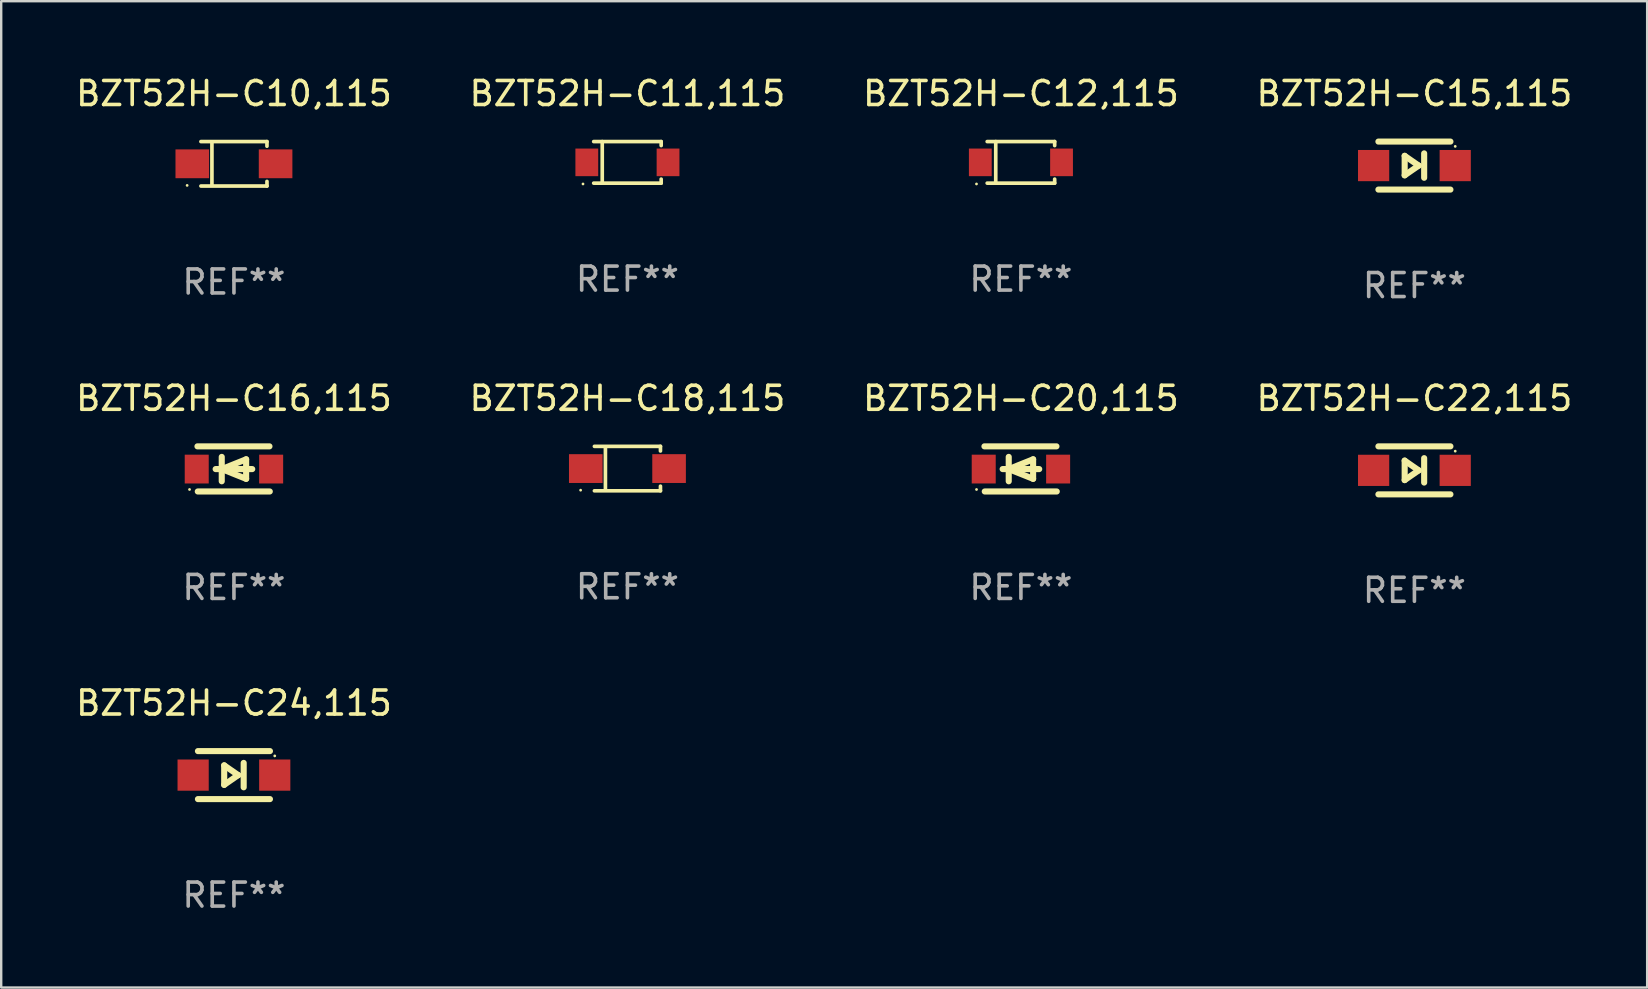
<source format=kicad_pcb>
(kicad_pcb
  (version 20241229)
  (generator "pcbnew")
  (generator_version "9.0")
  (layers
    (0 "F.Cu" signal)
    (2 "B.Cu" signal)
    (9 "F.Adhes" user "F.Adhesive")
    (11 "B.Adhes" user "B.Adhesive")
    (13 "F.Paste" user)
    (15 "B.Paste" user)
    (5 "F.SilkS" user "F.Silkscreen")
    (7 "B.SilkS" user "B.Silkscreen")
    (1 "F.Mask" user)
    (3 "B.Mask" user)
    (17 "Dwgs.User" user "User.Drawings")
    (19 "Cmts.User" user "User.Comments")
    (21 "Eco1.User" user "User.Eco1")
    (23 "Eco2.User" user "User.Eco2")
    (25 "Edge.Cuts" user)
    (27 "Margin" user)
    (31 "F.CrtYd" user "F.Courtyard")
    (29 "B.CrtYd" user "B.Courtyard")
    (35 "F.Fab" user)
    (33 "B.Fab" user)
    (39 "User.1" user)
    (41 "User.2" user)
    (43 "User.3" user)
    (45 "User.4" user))
  (footprint "BZT52H-C18,115"
    (layer "F.Cu")
    (at 23.089 16.471)
    (property "Reference" "BZT52H-C18,115" (at 0 -2.926 0) (layer "F.SilkS") (effects (font (size 1 1) (thickness 0.15))))
    (attr through_hole)
    (fp_line (start -1.376 -0.926) (end 1.376 -0.926) (stroke (width 0.152) (type solid)) (layer "F.SilkS"))
    (fp_line (start -1.376 0.926) (end 1.376 0.926) (stroke (width 0.152) (type solid)) (layer "F.SilkS"))
    (fp_line (start -0.917 -0.876) (end -0.917 0.876) (stroke (width 0.152) (type solid)) (layer "F.SilkS"))
    (fp_line (start 1.376 -0.926) (end 1.376 -0.733) (stroke (width 0.152) (type solid)) (layer "F.SilkS"))
    (fp_line (start 1.376 0.926) (end 1.376 0.733) (stroke (width 0.152) (type solid)) (layer "F.SilkS"))
    (fp_circle (center -1.95 0.9) (end -1.92 0.9) (stroke (width 0.06) (type solid)) (fill no) (layer "F.SilkS"))
    (fp_text user "REF**" (at 0 4.926 0) (layer "F.Fab") (effects (font (size 1 1) (thickness 0.15))))
    (pad "1" smd rect (at -1.735 0) (size 1.4 1.2) (layers "F.Cu" "F.Mask" "F.Paste"))
    (pad "2" smd rect (at 1.735 0) (size 1.4 1.2) (layers "F.Cu" "F.Mask" "F.Paste")))
  (footprint "BZT52H-C16,115"
    (layer "F.Cu")
    (at 6.696 16.485)
    (property "Reference" "BZT52H-C16,115" (at 0 -2.94 0) (layer "F.SilkS") (effects (font (size 1 1) (thickness 0.15))))
    (attr through_hole)
    (fp_line (start -1.52 -0.94) (end 1.48 -0.94) (stroke (width 0.254) (type solid)) (layer "F.SilkS"))
    (fp_line (start -1.507 0.94) (end 1.493 0.94) (stroke (width 0.254) (type solid)) (layer "F.SilkS"))
    (fp_line (start -0.762 0.007) (end 0.762 0.007) (stroke (width 0.254) (type solid)) (layer "F.SilkS"))
    (fp_line (start -0.508 -0.501) (end -0.508 0.515) (stroke (width 0.254) (type solid)) (layer "F.SilkS"))
    (fp_line (start -0.508 0.007) (end 0.508 -0.4) (stroke (width 0.254) (type solid)) (layer "F.SilkS"))
    (fp_line (start 0.508 -0.4) (end 0.508 0.413) (stroke (width 0.254) (type solid)) (layer "F.SilkS"))
    (fp_line (start 0.508 0.413) (end -0.508 0.007) (stroke (width 0.254) (type solid)) (layer "F.SilkS"))
    (fp_circle (center -1.85 0.857) (end -1.82 0.857) (stroke (width 0.06) (type solid)) (fill no) (layer "F.SilkS"))
    (fp_text user "REF**" (at 0 4.94 0) (layer "F.Fab") (effects (font (size 1 1) (thickness 0.15))))
    (pad "1" smd rect (at -1.55 0.007) (size 1 1.2) (layers "F.Cu" "F.Mask" "F.Paste"))
    (pad "2" smd rect (at 1.55 0.007) (size 1 1.2) (layers "F.Cu" "F.Mask" "F.Paste")))
  (footprint "BZT52H-C10,115"
    (layer "F.Cu")
    (at 6.696 3.774)
    (property "Reference" "BZT52H-C10,115" (at 0 -2.926 0) (layer "F.SilkS") (effects (font (size 1 1) (thickness 0.15))))
    (attr through_hole)
    (fp_line (start -1.376 -0.926) (end 1.376 -0.926) (stroke (width 0.152) (type solid)) (layer "F.SilkS"))
    (fp_line (start -1.376 0.926) (end 1.376 0.926) (stroke (width 0.152) (type solid)) (layer "F.SilkS"))
    (fp_line (start -0.917 -0.876) (end -0.917 0.876) (stroke (width 0.152) (type solid)) (layer "F.SilkS"))
    (fp_line (start 1.376 -0.926) (end 1.376 -0.733) (stroke (width 0.152) (type solid)) (layer "F.SilkS"))
    (fp_line (start 1.376 0.926) (end 1.376 0.733) (stroke (width 0.152) (type solid)) (layer "F.SilkS"))
    (fp_circle (center -1.95 0.9) (end -1.92 0.9) (stroke (width 0.06) (type solid)) (fill no) (layer "F.SilkS"))
    (fp_text user "REF**" (at 0 4.926 0) (layer "F.Fab") (effects (font (size 1 1) (thickness 0.15))))
    (pad "1" smd rect (at -1.735 0) (size 1.4 1.2) (layers "F.Cu" "F.Mask" "F.Paste"))
    (pad "2" smd rect (at 1.735 0) (size 1.4 1.2) (layers "F.Cu" "F.Mask" "F.Paste")))
  (footprint "BZT52H-C20,115"
    (layer "F.Cu")
    (at 39.482 16.485)
    (property "Reference" "BZT52H-C20,115" (at 0 -2.94 0) (layer "F.SilkS") (effects (font (size 1 1) (thickness 0.15))))
    (attr through_hole)
    (fp_line (start -1.52 -0.94) (end 1.48 -0.94) (stroke (width 0.254) (type solid)) (layer "F.SilkS"))
    (fp_line (start -1.507 0.94) (end 1.493 0.94) (stroke (width 0.254) (type solid)) (layer "F.SilkS"))
    (fp_line (start -0.762 0.007) (end 0.762 0.007) (stroke (width 0.254) (type solid)) (layer "F.SilkS"))
    (fp_line (start -0.508 -0.501) (end -0.508 0.515) (stroke (width 0.254) (type solid)) (layer "F.SilkS"))
    (fp_line (start -0.508 0.007) (end 0.508 -0.4) (stroke (width 0.254) (type solid)) (layer "F.SilkS"))
    (fp_line (start 0.508 -0.4) (end 0.508 0.413) (stroke (width 0.254) (type solid)) (layer "F.SilkS"))
    (fp_line (start 0.508 0.413) (end -0.508 0.007) (stroke (width 0.254) (type solid)) (layer "F.SilkS"))
    (fp_circle (center -1.85 0.857) (end -1.82 0.857) (stroke (width 0.06) (type solid)) (fill no) (layer "F.SilkS"))
    (fp_text user "REF**" (at 0 4.94 0) (layer "F.Fab") (effects (font (size 1 1) (thickness 0.15))))
    (pad "1" smd rect (at -1.55 0.007) (size 1 1.2) (layers "F.Cu" "F.Mask" "F.Paste"))
    (pad "2" smd rect (at 1.55 0.007) (size 1 1.2) (layers "F.Cu" "F.Mask" "F.Paste")))
  (footprint "BZT52H-C11,115"
    (layer "F.Cu")
    (at 23.089 3.714)
    (property "Reference" "BZT52H-C11,115" (at 0 -2.866 0) (layer "F.SilkS") (effects (font (size 1 1) (thickness 0.15))))
    (attr through_hole)
    (fp_line (start -1.406 -0.866) (end 1.406 -0.866) (stroke (width 0.152) (type solid)) (layer "F.SilkS"))
    (fp_line (start -1.406 0.866) (end 1.406 0.866) (stroke (width 0.152) (type solid)) (layer "F.SilkS"))
    (fp_line (start -1.049 -0.866) (end -1.049 0.866) (stroke (width 0.152) (type solid)) (layer "F.SilkS"))
    (fp_line (start 1.406 -0.866) (end 1.406 -0.698) (stroke (width 0.152) (type solid)) (layer "F.SilkS"))
    (fp_line (start 1.406 0.866) (end 1.406 0.698) (stroke (width 0.152) (type solid)) (layer "F.SilkS"))
    (fp_circle (center -1.851 0.9) (end -1.821 0.9) (stroke (width 0.06) (type solid)) (fill no) (layer "F.SilkS"))
    (fp_text user "REF**" (at 0 4.866 0) (layer "F.Fab") (effects (font (size 1 1) (thickness 0.15))))
    (pad "1" smd rect (at -1.692 0) (size 0.95 1.15) (layers "F.Cu" "F.Mask" "F.Paste"))
    (pad "2" smd rect (at 1.692 0) (size 0.95 1.15) (layers "F.Cu" "F.Mask" "F.Paste")))
  (footprint "BZT52H-C24,115"
    (layer "F.Cu")
    (at 6.696 29.241)
    (property "Reference" "BZT52H-C24,115" (at 0 -3 0) (layer "F.SilkS") (effects (font (size 1 1) (thickness 0.15))))
    (attr through_hole)
    (fp_line (start -1.5 -1) (end 1.5 -1) (stroke (width 0.254) (type solid)) (layer "F.SilkS"))
    (fp_line (start -0.406 -0.406) (end 0.178 0) (stroke (width 0.254) (type solid)) (layer "F.SilkS"))
    (fp_line (start -0.406 0.406) (end -0.406 -0.406) (stroke (width 0.254) (type solid)) (layer "F.SilkS"))
    (fp_line (start 0.178 0) (end -0.406 0.406) (stroke (width 0.254) (type solid)) (layer "F.SilkS"))
    (fp_line (start 0.406 0.508) (end 0.406 -0.508) (stroke (width 0.254) (type solid)) (layer "F.SilkS"))
    (fp_line (start 1.5 1) (end -1.5 1) (stroke (width 0.254) (type solid)) (layer "F.SilkS"))
    (fp_circle (center 1.7 -0.8) (end 1.73 -0.8) (stroke (width 0.06) (type solid)) (fill no) (layer "F.SilkS"))
    (fp_text user "REF**" (at 0 5 0) (layer "F.Fab") (effects (font (size 1 1) (thickness 0.15))))
    (pad "1" smd rect (at 1.7 0 180) (size 1.3 1.3) (layers "F.Cu" "F.Mask" "F.Paste"))
    (pad "2" smd rect (at -1.7 0 180) (size 1.3 1.3) (layers "F.Cu" "F.Mask" "F.Paste")))
  (footprint "BZT52H-C12,115"
    (layer "F.Cu")
    (at 39.482 3.714)
    (property "Reference" "BZT52H-C12,115" (at 0 -2.866 0) (layer "F.SilkS") (effects (font (size 1 1) (thickness 0.15))))
    (attr through_hole)
    (fp_line (start -1.406 -0.866) (end 1.406 -0.866) (stroke (width 0.152) (type solid)) (layer "F.SilkS"))
    (fp_line (start -1.406 0.866) (end 1.406 0.866) (stroke (width 0.152) (type solid)) (layer "F.SilkS"))
    (fp_line (start -1.049 -0.866) (end -1.049 0.866) (stroke (width 0.152) (type solid)) (layer "F.SilkS"))
    (fp_line (start 1.406 -0.866) (end 1.406 -0.698) (stroke (width 0.152) (type solid)) (layer "F.SilkS"))
    (fp_line (start 1.406 0.866) (end 1.406 0.698) (stroke (width 0.152) (type solid)) (layer "F.SilkS"))
    (fp_circle (center -1.851 0.9) (end -1.821 0.9) (stroke (width 0.06) (type solid)) (fill no) (layer "F.SilkS"))
    (fp_text user "REF**" (at 0 4.866 0) (layer "F.Fab") (effects (font (size 1 1) (thickness 0.15))))
    (pad "1" smd rect (at -1.692 0) (size 0.95 1.15) (layers "F.Cu" "F.Mask" "F.Paste"))
    (pad "2" smd rect (at 1.692 0) (size 0.95 1.15) (layers "F.Cu" "F.Mask" "F.Paste")))
  (footprint "BZT52H-C22,115"
    (layer "F.Cu")
    (at 55.875 16.545)
    (property "Reference" "BZT52H-C22,115" (at 0 -3 0) (layer "F.SilkS") (effects (font (size 1 1) (thickness 0.15))))
    (attr through_hole)
    (fp_line (start -1.5 -1) (end 1.5 -1) (stroke (width 0.254) (type solid)) (layer "F.SilkS"))
    (fp_line (start -0.406 -0.406) (end 0.178 0) (stroke (width 0.254) (type solid)) (layer "F.SilkS"))
    (fp_line (start -0.406 0.406) (end -0.406 -0.406) (stroke (width 0.254) (type solid)) (layer "F.SilkS"))
    (fp_line (start 0.178 0) (end -0.406 0.406) (stroke (width 0.254) (type solid)) (layer "F.SilkS"))
    (fp_line (start 0.406 0.508) (end 0.406 -0.508) (stroke (width 0.254) (type solid)) (layer "F.SilkS"))
    (fp_line (start 1.5 1) (end -1.5 1) (stroke (width 0.254) (type solid)) (layer "F.SilkS"))
    (fp_circle (center 1.7 -0.8) (end 1.73 -0.8) (stroke (width 0.06) (type solid)) (fill no) (layer "F.SilkS"))
    (fp_text user "REF**" (at 0 5 0) (layer "F.Fab") (effects (font (size 1 1) (thickness 0.15))))
    (pad "1" smd rect (at 1.7 0 180) (size 1.3 1.3) (layers "F.Cu" "F.Mask" "F.Paste"))
    (pad "2" smd rect (at -1.7 0 180) (size 1.3 1.3) (layers "F.Cu" "F.Mask" "F.Paste")))
  (footprint "BZT52H-C15,115"
    (layer "F.Cu")
    (at 55.875 3.848)
    (property "Reference" "BZT52H-C15,115" (at 0 -3 0) (layer "F.SilkS") (effects (font (size 1 1) (thickness 0.15))))
    (attr through_hole)
    (fp_line (start -1.5 -1) (end 1.5 -1) (stroke (width 0.254) (type solid)) (layer "F.SilkS"))
    (fp_line (start -0.406 -0.406) (end 0.178 0) (stroke (width 0.254) (type solid)) (layer "F.SilkS"))
    (fp_line (start -0.406 0.406) (end -0.406 -0.406) (stroke (width 0.254) (type solid)) (layer "F.SilkS"))
    (fp_line (start 0.178 0) (end -0.406 0.406) (stroke (width 0.254) (type solid)) (layer "F.SilkS"))
    (fp_line (start 0.406 0.508) (end 0.406 -0.508) (stroke (width 0.254) (type solid)) (layer "F.SilkS"))
    (fp_line (start 1.5 1) (end -1.5 1) (stroke (width 0.254) (type solid)) (layer "F.SilkS"))
    (fp_circle (center 1.7 -0.8) (end 1.73 -0.8) (stroke (width 0.06) (type solid)) (fill no) (layer "F.SilkS"))
    (fp_text user "REF**" (at 0 5 0) (layer "F.Fab") (effects (font (size 1 1) (thickness 0.15))))
    (pad "1" smd rect (at 1.7 0 180) (size 1.3 1.3) (layers "F.Cu" "F.Mask" "F.Paste"))
    (pad "2" smd rect (at -1.7 0 180) (size 1.3 1.3) (layers "F.Cu" "F.Mask" "F.Paste")))
  (gr_rect
    (start -3 -3)
    (end 65.571 38.09)
    (stroke (width 0.1) (type default))
    (fill no)
    (layer "Edge.Cuts")))
</source>
